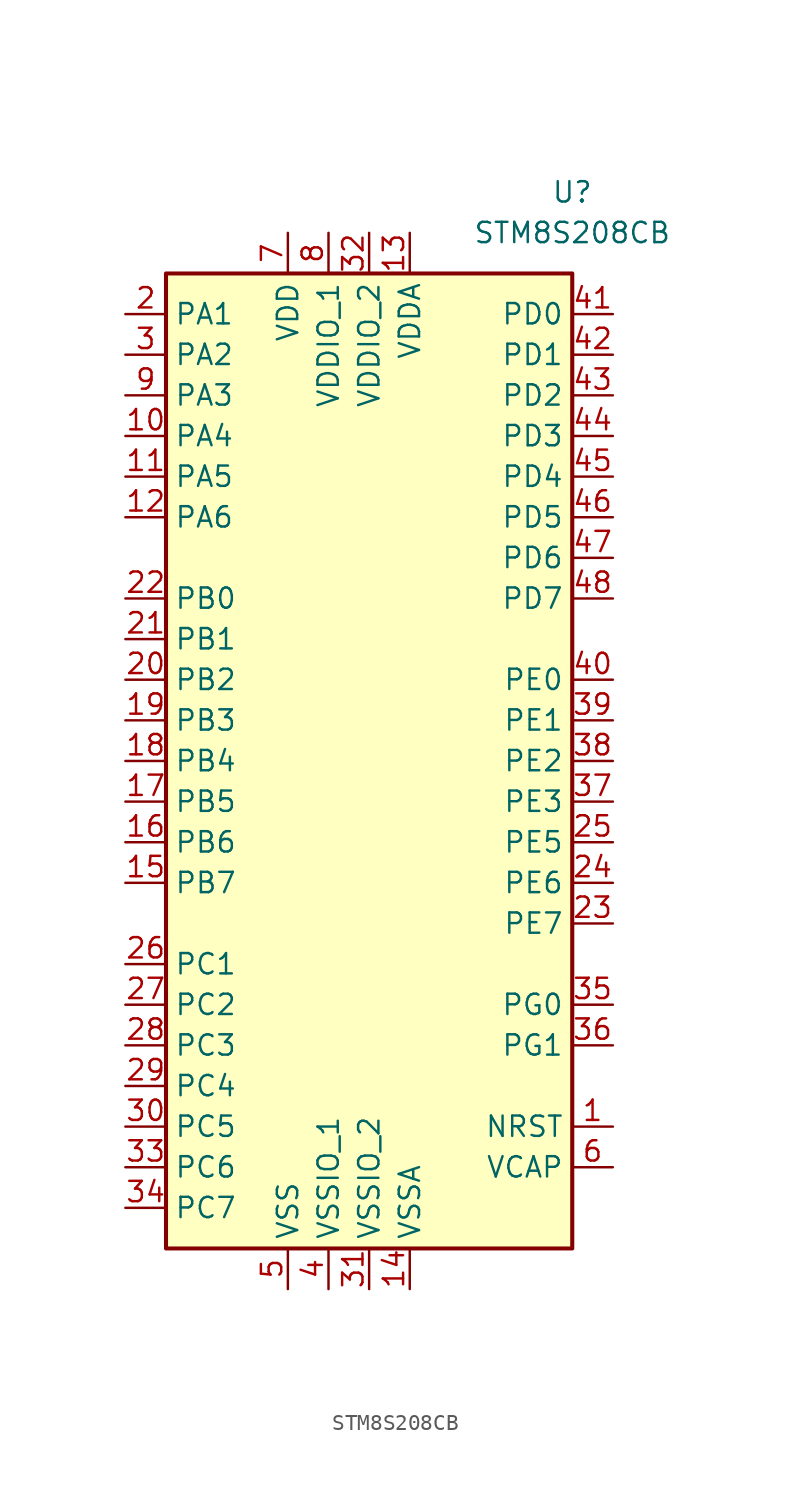
<source format=kicad_sym>
(kicad_symbol_lib
  (version 20211014)
  (generator kicad_symbol_editor)
  (symbol "STM8S208CB"
    (property "Reference" "U"
      (at 12.7 35.56 0)
      (effects (font (size 1.27 1.27))))
    (property "Value" "STM8S208CB"
      (at 12.7 33.02 0)
      (effects (font (size 1.27 1.27))))
    (symbol "STM8S208CB_0_1"
      (rectangle (start -12.7 -30.48) (end 12.7 30.48) (stroke (width 0.254) (type default) (color 0 0 0 0)) (fill (type background))))
    (symbol "STM8S208CB_1_1"
      (pin input line (at 15.24 -22.86 180) (length 2.54) (name "NRST" (effects (font (size 1.27 1.27)))) (number "1" (effects (font (size 1.27 1.27)))))
      (pin bidirectional line (at -15.24 20.32 0) (length 2.54) (name "PA4" (effects (font (size 1.27 1.27)))) (number "10" (effects (font (size 1.27 1.27)))))
      (pin bidirectional line (at -15.24 17.78 0) (length 2.54) (name "PA5" (effects (font (size 1.27 1.27)))) (number "11" (effects (font (size 1.27 1.27)))))
      (pin bidirectional line (at -15.24 15.24 0) (length 2.54) (name "PA6" (effects (font (size 1.27 1.27)))) (number "12" (effects (font (size 1.27 1.27)))))
      (pin power_in line (at 2.54 33.02 270) (length 2.54) (name "VDDA" (effects (font (size 1.27 1.27)))) (number "13" (effects (font (size 1.27 1.27)))))
      (pin power_in line (at 2.54 -33.02 90) (length 2.54) (name "VSSA" (effects (font (size 1.27 1.27)))) (number "14" (effects (font (size 1.27 1.27)))))
      (pin bidirectional line (at -15.24 -7.62 0) (length 2.54) (name "PB7" (effects (font (size 1.27 1.27)))) (number "15" (effects (font (size 1.27 1.27)))))
      (pin bidirectional line (at -15.24 -5.08 0) (length 2.54) (name "PB6" (effects (font (size 1.27 1.27)))) (number "16" (effects (font (size 1.27 1.27)))))
      (pin bidirectional line (at -15.24 -2.54 0) (length 2.54) (name "PB5" (effects (font (size 1.27 1.27)))) (number "17" (effects (font (size 1.27 1.27)))))
      (pin bidirectional line (at -15.24 0 0) (length 2.54) (name "PB4" (effects (font (size 1.27 1.27)))) (number "18" (effects (font (size 1.27 1.27)))))
      (pin bidirectional line (at -15.24 2.54 0) (length 2.54) (name "PB3" (effects (font (size 1.27 1.27)))) (number "19" (effects (font (size 1.27 1.27)))))
      (pin bidirectional line (at -15.24 27.94 0) (length 2.54) (name "PA1" (effects (font (size 1.27 1.27)))) (number "2" (effects (font (size 1.27 1.27)))))
      (pin bidirectional line (at -15.24 5.08 0) (length 2.54) (name "PB2" (effects (font (size 1.27 1.27)))) (number "20" (effects (font (size 1.27 1.27)))))
      (pin bidirectional line (at -15.24 7.62 0) (length 2.54) (name "PB1" (effects (font (size 1.27 1.27)))) (number "21" (effects (font (size 1.27 1.27)))))
      (pin bidirectional line (at -15.24 10.16 0) (length 2.54) (name "PB0" (effects (font (size 1.27 1.27)))) (number "22" (effects (font (size 1.27 1.27)))))
      (pin bidirectional line (at 15.24 -10.16 180) (length 2.54) (name "PE7" (effects (font (size 1.27 1.27)))) (number "23" (effects (font (size 1.27 1.27)))))
      (pin bidirectional line (at 15.24 -7.62 180) (length 2.54) (name "PE6" (effects (font (size 1.27 1.27)))) (number "24" (effects (font (size 1.27 1.27)))))
      (pin bidirectional line (at 15.24 -5.08 180) (length 2.54) (name "PE5" (effects (font (size 1.27 1.27)))) (number "25" (effects (font (size 1.27 1.27)))))
      (pin bidirectional line (at -15.24 -12.7 0) (length 2.54) (name "PC1" (effects (font (size 1.27 1.27)))) (number "26" (effects (font (size 1.27 1.27)))))
      (pin bidirectional line (at -15.24 -15.24 0) (length 2.54) (name "PC2" (effects (font (size 1.27 1.27)))) (number "27" (effects (font (size 1.27 1.27)))))
      (pin bidirectional line (at -15.24 -17.78 0) (length 2.54) (name "PC3" (effects (font (size 1.27 1.27)))) (number "28" (effects (font (size 1.27 1.27)))))
      (pin bidirectional line (at -15.24 -20.32 0) (length 2.54) (name "PC4" (effects (font (size 1.27 1.27)))) (number "29" (effects (font (size 1.27 1.27)))))
      (pin bidirectional line (at -15.24 25.4 0) (length 2.54) (name "PA2" (effects (font (size 1.27 1.27)))) (number "3" (effects (font (size 1.27 1.27)))))
      (pin bidirectional line (at -15.24 -22.86 0) (length 2.54) (name "PC5" (effects (font (size 1.27 1.27)))) (number "30" (effects (font (size 1.27 1.27)))))
      (pin power_in line (at 0 -33.02 90) (length 2.54) (name "VSSIO_2" (effects (font (size 1.27 1.27)))) (number "31" (effects (font (size 1.27 1.27)))))
      (pin power_in line (at 0 33.02 270) (length 2.54) (name "VDDIO_2" (effects (font (size 1.27 1.27)))) (number "32" (effects (font (size 1.27 1.27)))))
      (pin bidirectional line (at -15.24 -25.4 0) (length 2.54) (name "PC6" (effects (font (size 1.27 1.27)))) (number "33" (effects (font (size 1.27 1.27)))))
      (pin bidirectional line (at -15.24 -27.94 0) (length 2.54) (name "PC7" (effects (font (size 1.27 1.27)))) (number "34" (effects (font (size 1.27 1.27)))))
      (pin bidirectional line (at 15.24 -15.24 180) (length 2.54) (name "PG0" (effects (font (size 1.27 1.27)))) (number "35" (effects (font (size 1.27 1.27)))))
      (pin bidirectional line (at 15.24 -17.78 180) (length 2.54) (name "PG1" (effects (font (size 1.27 1.27)))) (number "36" (effects (font (size 1.27 1.27)))))
      (pin bidirectional line (at 15.24 -2.54 180) (length 2.54) (name "PE3" (effects (font (size 1.27 1.27)))) (number "37" (effects (font (size 1.27 1.27)))))
      (pin bidirectional line (at 15.24 0 180) (length 2.54) (name "PE2" (effects (font (size 1.27 1.27)))) (number "38" (effects (font (size 1.27 1.27)))))
      (pin bidirectional line (at 15.24 2.54 180) (length 2.54) (name "PE1" (effects (font (size 1.27 1.27)))) (number "39" (effects (font (size 1.27 1.27)))))
      (pin power_in line (at -2.54 -33.02 90) (length 2.54) (name "VSSIO_1" (effects (font (size 1.27 1.27)))) (number "4" (effects (font (size 1.27 1.27)))))
      (pin bidirectional line (at 15.24 5.08 180) (length 2.54) (name "PE0" (effects (font (size 1.27 1.27)))) (number "40" (effects (font (size 1.27 1.27)))))
      (pin bidirectional line (at 15.24 27.94 180) (length 2.54) (name "PD0" (effects (font (size 1.27 1.27)))) (number "41" (effects (font (size 1.27 1.27)))))
      (pin bidirectional line (at 15.24 25.4 180) (length 2.54) (name "PD1" (effects (font (size 1.27 1.27)))) (number "42" (effects (font (size 1.27 1.27)))))
      (pin bidirectional line (at 15.24 22.86 180) (length 2.54) (name "PD2" (effects (font (size 1.27 1.27)))) (number "43" (effects (font (size 1.27 1.27)))))
      (pin bidirectional line (at 15.24 20.32 180) (length 2.54) (name "PD3" (effects (font (size 1.27 1.27)))) (number "44" (effects (font (size 1.27 1.27)))))
      (pin bidirectional line (at 15.24 17.78 180) (length 2.54) (name "PD4" (effects (font (size 1.27 1.27)))) (number "45" (effects (font (size 1.27 1.27)))))
      (pin bidirectional line (at 15.24 15.24 180) (length 2.54) (name "PD5" (effects (font (size 1.27 1.27)))) (number "46" (effects (font (size 1.27 1.27)))))
      (pin bidirectional line (at 15.24 12.7 180) (length 2.54) (name "PD6" (effects (font (size 1.27 1.27)))) (number "47" (effects (font (size 1.27 1.27)))))
      (pin bidirectional line (at 15.24 10.16 180) (length 2.54) (name "PD7" (effects (font (size 1.27 1.27)))) (number "48" (effects (font (size 1.27 1.27)))))
      (pin power_in line (at -5.08 -33.02 90) (length 2.54) (name "VSS" (effects (font (size 1.27 1.27)))) (number "5" (effects (font (size 1.27 1.27)))))
      (pin input line (at 15.24 -25.4 180) (length 2.54) (name "VCAP" (effects (font (size 1.27 1.27)))) (number "6" (effects (font (size 1.27 1.27)))))
      (pin power_in line (at -5.08 33.02 270) (length 2.54) (name "VDD" (effects (font (size 1.27 1.27)))) (number "7" (effects (font (size 1.27 1.27)))))
      (pin power_in line (at -2.54 33.02 270) (length 2.54) (name "VDDIO_1" (effects (font (size 1.27 1.27)))) (number "8" (effects (font (size 1.27 1.27)))))
      (pin bidirectional line (at -15.24 22.86 0) (length 2.54) (name "PA3" (effects (font (size 1.27 1.27)))) (number "9" (effects (font (size 1.27 1.27))))))))
</source>
